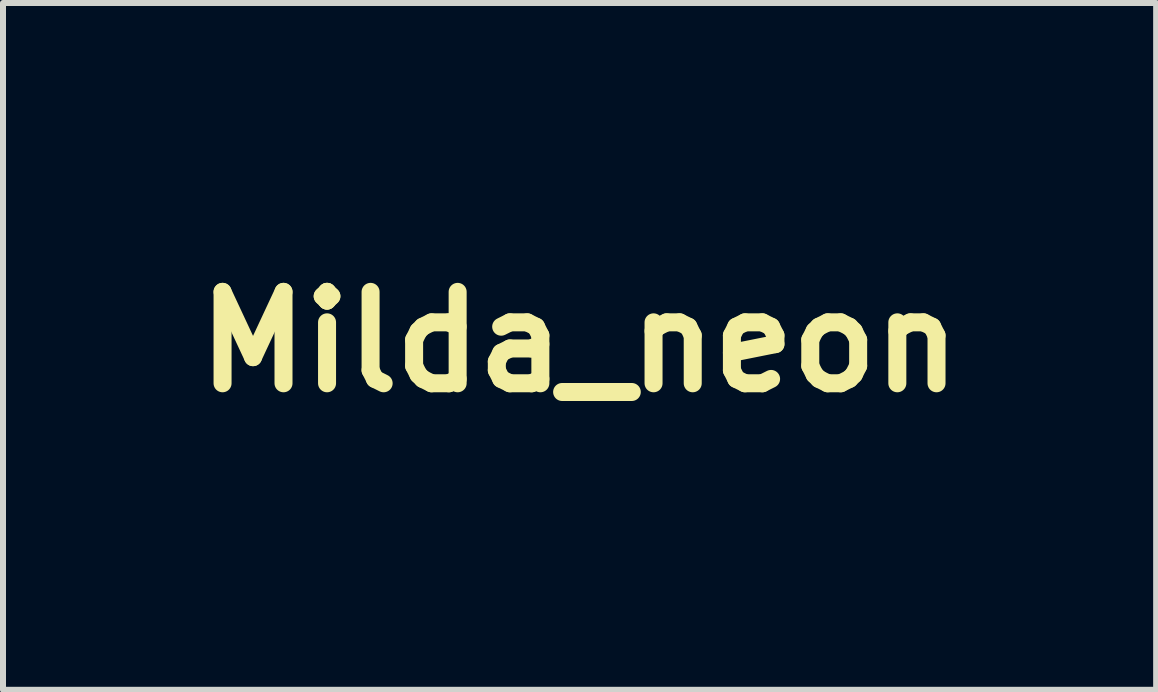
<source format=kicad_pcb>
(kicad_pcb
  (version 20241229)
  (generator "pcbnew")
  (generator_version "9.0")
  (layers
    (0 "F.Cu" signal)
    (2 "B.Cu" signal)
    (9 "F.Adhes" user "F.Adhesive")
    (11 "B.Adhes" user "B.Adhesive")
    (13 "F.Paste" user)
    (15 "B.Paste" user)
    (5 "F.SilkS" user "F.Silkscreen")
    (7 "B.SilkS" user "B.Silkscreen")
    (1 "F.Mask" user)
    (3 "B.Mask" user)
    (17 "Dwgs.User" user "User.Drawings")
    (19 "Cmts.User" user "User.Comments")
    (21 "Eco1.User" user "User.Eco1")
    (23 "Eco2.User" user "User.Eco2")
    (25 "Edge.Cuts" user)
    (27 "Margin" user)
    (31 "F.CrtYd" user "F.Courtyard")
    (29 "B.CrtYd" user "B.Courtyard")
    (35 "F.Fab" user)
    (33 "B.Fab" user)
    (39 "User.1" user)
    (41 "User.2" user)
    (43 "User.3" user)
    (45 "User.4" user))
  (footprint "Milda_neon"
    (layer "F.Cu")
    (at 6.611 2.65)
    (property "Reference" "Milda_neon" (at 0 0 0) (layer "F.SilkS") (effects (font (size 1.524 1.524) (thickness 0.3))))
    (attr through_hole)
    (fp_poly (pts (xy 2.286 1.482) (xy 2.244 1.524) (xy 2.201 1.482) (xy 2.244 1.439) (xy 2.286 1.482)) (stroke (width 0.01) (type solid)) (fill no) (layer "Eco2.User"))
    (fp_poly (pts (xy 2.837 -2.611) (xy 3.655 -2.606) (xy 3.873 -2.603) (xy 4.207 -2.599) (xy 4.378 -2.595) (xy 4.393 -2.591) (xy 4.258 -2.588) (xy 3.98 -2.585) (xy 3.567 -2.583) (xy 3.023 -2.581) (xy 2.357 -2.58) (xy 1.609 -2.579) (xy 0.83 -2.58) (xy 0.169 -2.581) (xy -0.369 -2.583) (xy -0.777 -2.585) (xy -1.049 -2.588) (xy -1.178 -2.591) (xy -1.157 -2.595) (xy -0.979 -2.599) (xy -0.656 -2.603) (xy 0.123 -2.61) (xy 1.007 -2.613) (xy 1.933 -2.613) (xy 2.837 -2.611)) (stroke (width 0.01) (type solid)) (fill no) (layer "Eco2.User"))
    (fp_poly (pts (xy 2.837 2.3) (xy 3.655 2.305) (xy 3.873 2.307) (xy 4.207 2.312) (xy 4.378 2.316) (xy 4.393 2.319) (xy 4.258 2.323) (xy 3.98 2.326) (xy 3.567 2.328) (xy 3.023 2.33) (xy 2.357 2.331) (xy 1.609 2.331) (xy 0.83 2.331) (xy 0.169 2.33) (xy -0.369 2.328) (xy -0.777 2.326) (xy -1.049 2.323) (xy -1.178 2.319) (xy -1.157 2.315) (xy -0.979 2.311) (xy -0.656 2.307) (xy 0.123 2.301) (xy 1.007 2.298) (xy 1.933 2.298) (xy 2.837 2.3)) (stroke (width 0.01) (type solid)) (fill no) (layer "Eco2.User"))
    (fp_poly (pts (xy 5.061 -1.634) (xy 5.205 -1.526) (xy 5.299 -1.427) (xy 5.361 -1.32) (xy 5.397 -1.167) (xy 5.414 -0.933) (xy 5.418 -0.579) (xy 5.419 -0.409) (xy 5.419 0.508) (xy 3.979 0.508) (xy 3.979 0.423) (xy 4.216 0.423) (xy 5.334 0.423) (xy 5.334 -0.339) (xy 5.314 -0.81) (xy 5.247 -1.135) (xy 5.124 -1.334) (xy 4.935 -1.427) (xy 4.797 -1.439) (xy 4.576 -1.393) (xy 4.419 -1.243) (xy 4.316 -0.971) (xy 4.259 -0.558) (xy 4.246 -0.33) (xy 4.216 0.423) (xy 3.979 0.423) (xy 3.979 -0.376) (xy 3.983 -0.781) (xy 3.997 -1.055) (xy 4.029 -1.239) (xy 4.087 -1.371) (xy 4.177 -1.491) (xy 4.18 -1.494) (xy 4.444 -1.684) (xy 4.753 -1.731) (xy 5.061 -1.634)) (stroke (width 0.01) (type solid)) (fill no) (layer "Eco2.User"))
    (fp_poly (pts (xy 1.291 -2.032) (xy 1.831 -1.999) (xy 2.238 -1.899) (xy 2.54 -1.722) (xy 2.662 -1.6) (xy 2.743 -1.497) (xy 2.801 -1.395) (xy 2.839 -1.263) (xy 2.862 -1.073) (xy 2.874 -0.795) (xy 2.878 -0.4) (xy 2.879 0.011) (xy 2.87 0.664) (xy 2.835 1.167) (xy 2.76 1.54) (xy 2.633 1.801) (xy 2.44 1.971) (xy 2.169 2.067) (xy 1.806 2.109) (xy 1.444 2.117) (xy 0.762 2.117) (xy 0.762 -1.863) (xy 0.847 -1.863) (xy 0.847 1.885) (xy 1.42 1.844) (xy 1.744 1.806) (xy 2.023 1.747) (xy 2.182 1.686) (xy 2.354 1.548) (xy 2.477 1.365) (xy 2.559 1.111) (xy 2.603 0.76) (xy 2.618 0.286) (xy 2.611 -0.185) (xy 2.582 -1.369) (xy 2.306 -1.616) (xy 2.14 -1.749) (xy 1.978 -1.823) (xy 1.762 -1.856) (xy 1.438 -1.863) (xy 0.847 -1.863) (xy 0.762 -1.863) (xy 0.762 -2.032) (xy 1.291 -2.032)) (stroke (width 0.01) (type solid)) (fill no) (layer "Eco2.User"))
    (fp_poly (pts (xy 1.537 -1.761) (xy 1.85 -1.726) (xy 2.053 -1.663) (xy 2.202 -1.551) (xy 2.256 -1.492) (xy 2.333 -1.394) (xy 2.388 -1.287) (xy 2.423 -1.143) (xy 2.443 -0.93) (xy 2.453 -0.619) (xy 2.455 -0.178) (xy 2.455 -0.000276) (xy 2.451 0.444) (xy 2.44 0.825) (xy 2.423 1.112) (xy 2.403 1.275) (xy 2.392 1.299) (xy 2.371 1.234) (xy 2.357 1.028) (xy 2.35 0.709) (xy 2.351 0.306) (xy 2.354 0.098) (xy 2.363 -0.385) (xy 2.364 -0.729) (xy 2.353 -0.96) (xy 2.328 -1.108) (xy 2.285 -1.202) (xy 2.221 -1.27) (xy 2.197 -1.291) (xy 1.954 -1.401) (xy 1.64 -1.439) (xy 1.266 -1.439) (xy 1.289 0.064) (xy 1.312 1.566) (xy 1.707 1.566) (xy 1.929 1.578) (xy 2.052 1.609) (xy 2.061 1.63) (xy 1.962 1.664) (xy 1.745 1.687) (xy 1.519 1.693) (xy 1.016 1.693) (xy 1.016 -1.798) (xy 1.537 -1.761)) (stroke (width 0.01) (type solid)) (fill no) (layer "Eco2.User"))
    (fp_poly (pts (xy 2.605 2.54) (xy 3.444 2.542) (xy 4.14 2.545) (xy 4.706 2.55) (xy 5.153 2.557) (xy 5.497 2.567) (xy 5.748 2.58) (xy 5.921 2.596) (xy 6.028 2.616) (xy 6.082 2.64) (xy 6.096 2.667) (xy 6.08 2.695) (xy 6.023 2.719) (xy 5.913 2.739) (xy 5.735 2.755) (xy 5.479 2.767) (xy 5.129 2.777) (xy 4.675 2.784) (xy 4.102 2.789) (xy 3.397 2.792) (xy 2.549 2.794) (xy 1.609 2.794) (xy 0.613 2.794) (xy -0.227 2.792) (xy -0.923 2.789) (xy -1.488 2.784) (xy -1.936 2.777) (xy -2.279 2.767) (xy -2.531 2.754) (xy -2.704 2.738) (xy -2.811 2.718) (xy -2.865 2.694) (xy -2.879 2.667) (xy -2.863 2.639) (xy -2.806 2.615) (xy -2.695 2.595) (xy -2.518 2.579) (xy -2.261 2.567) (xy -1.912 2.557) (xy -1.457 2.55) (xy -0.884 2.545) (xy -0.18 2.542) (xy 0.669 2.54) (xy 1.609 2.54) (xy 2.605 2.54)) (stroke (width 0.01) (type solid)) (fill no) (layer "Eco2.User"))
    (fp_poly (pts (xy 1.609 -2.454) (xy 2.594 -2.453) (xy 3.423 -2.452) (xy 4.11 -2.45) (xy 4.668 -2.447) (xy 5.11 -2.441) (xy 5.45 -2.433) (xy 5.702 -2.421) (xy 5.877 -2.406) (xy 5.991 -2.387) (xy 6.057 -2.363) (xy 6.087 -2.335) (xy 6.096 -2.3) (xy 6.096 -2.284) (xy 6.092 -2.248) (xy 6.073 -2.217) (xy 6.023 -2.191) (xy 5.931 -2.17) (xy 5.782 -2.154) (xy 5.563 -2.141) (xy 5.261 -2.131) (xy 4.863 -2.125) (xy 4.354 -2.121) (xy 3.722 -2.118) (xy 2.952 -2.117) (xy 2.032 -2.117) (xy 1.609 -2.117) (xy 0.623 -2.117) (xy -0.206 -2.118) (xy -0.893 -2.119) (xy -1.451 -2.123) (xy -1.893 -2.128) (xy -2.233 -2.136) (xy -2.484 -2.148) (xy -2.66 -2.163) (xy -2.774 -2.182) (xy -2.839 -2.205) (xy -2.87 -2.234) (xy -2.878 -2.269) (xy -2.879 -2.286) (xy -2.875 -2.323) (xy -2.856 -2.354) (xy -2.809 -2.38) (xy -2.718 -2.401) (xy -2.572 -2.418) (xy -2.357 -2.431) (xy -2.058 -2.44) (xy -1.664 -2.447) (xy -1.16 -2.451) (xy -0.533 -2.453) (xy 0.23 -2.454) (xy 1.143 -2.454) (xy 1.609 -2.454)) (stroke (width 0.01) (type solid)) (fill no) (layer "Eco2.User"))
    (fp_poly (pts (xy -2.221 -1.943) (xy -2.176 -1.821) (xy -2.146 -1.608) (xy -2.128 -1.285) (xy -2.12 -0.836) (xy -2.117 -0.244) (xy -2.117 0.092) (xy -2.117 2.117) (xy -2.314 2.117) (xy -2.492 2.095) (xy -2.568 2.06) (xy -2.584 1.963) (xy -2.599 1.721) (xy -2.611 1.359) (xy -2.619 0.901) (xy -2.624 0.373) (xy -2.625 0.074) (xy -2.624 -0.056) (xy -2.54 -0.056) (xy -2.538 0.576) (xy -2.532 1.057) (xy -2.519 1.407) (xy -2.499 1.643) (xy -2.471 1.785) (xy -2.432 1.851) (xy -2.399 1.863) (xy -2.391 1.782) (xy -2.383 1.556) (xy -2.377 1.209) (xy -2.373 0.766) (xy -2.371 0.249) (xy -2.371 0) (xy -2.374 -0.661) (xy -2.386 -1.186) (xy -2.404 -1.567) (xy -2.428 -1.795) (xy -2.455 -1.863) (xy -2.486 -1.78) (xy -2.51 -1.536) (xy -2.527 -1.142) (xy -2.537 -0.605) (xy -2.54 -0.056) (xy -2.624 -0.056) (xy -2.624 -0.551) (xy -2.62 -1.027) (xy -2.611 -1.375) (xy -2.596 -1.618) (xy -2.574 -1.775) (xy -2.542 -1.868) (xy -2.5 -1.919) (xy -2.477 -1.933) (xy -2.368 -1.982) (xy -2.284 -1.991) (xy -2.221 -1.943)) (stroke (width 0.01) (type solid)) (fill no) (layer "Eco2.User"))
    (fp_poly (pts (xy -1.175 -1.983) (xy -1.111 -1.912) (xy -1.066 -1.753) (xy -1.036 -1.491) (xy -1.016 -1.106) (xy -1.003 -0.582) (xy -0.997 -0.165) (xy -0.974 1.566) (xy -0.381 1.609) (xy -0.071 1.635) (xy 0.106 1.667) (xy 0.188 1.723) (xy 0.211 1.816) (xy 0.212 1.863) (xy 0.203 1.969) (xy 0.154 2.034) (xy 0.03 2.07) (xy -0.204 2.089) (xy -0.445 2.099) (xy -0.782 2.108) (xy -0.997 2.095) (xy -1.138 2.049) (xy -1.252 1.96) (xy -1.313 1.896) (xy -1.383 1.817) (xy -1.436 1.735) (xy -1.474 1.626) (xy -1.499 1.466) (xy -1.514 1.232) (xy -1.521 0.898) (xy -1.521 0.874) (xy -1.343 0.874) (xy -1.338 1.192) (xy -1.325 1.409) (xy -1.302 1.55) (xy -1.266 1.638) (xy -1.215 1.694) (xy -1.166 1.731) (xy -1 1.799) (xy -0.76 1.843) (xy -0.497 1.863) (xy -0.265 1.855) (xy -0.114 1.817) (xy -0.085 1.778) (xy -0.162 1.733) (xy -0.362 1.702) (xy -0.582 1.693) (xy -0.915 1.673) (xy -1.127 1.616) (xy -1.173 1.581) (xy -1.209 1.452) (xy -1.241 1.165) (xy -1.266 0.732) (xy -1.284 0.164) (xy -1.291 -0.218) (xy -1.316 -1.905) (xy -1.335 -0.153) (xy -1.341 0.434) (xy -1.343 0.874) (xy -1.521 0.874) (xy -1.524 0.44) (xy -1.524 -0.094) (xy -1.523 -0.687) (xy -1.519 -1.132) (xy -1.509 -1.453) (xy -1.492 -1.671) (xy -1.467 -1.809) (xy -1.43 -1.889) (xy -1.382 -1.933) (xy -1.371 -1.938) (xy -1.26 -1.986) (xy -1.175 -1.983)) (stroke (width 0.01) (type solid)) (fill no) (layer "Eco2.User"))
    (fp_poly (pts (xy 5.297 -1.858) (xy 5.599 -1.63) (xy 5.625 -1.6) (xy 5.842 -1.342) (xy 5.842 2.128) (xy 5.609 2.101) (xy 5.486 2.078) (xy 5.414 2.018) (xy 5.377 1.881) (xy 5.357 1.63) (xy 5.351 1.499) (xy 5.326 0.923) (xy 4.801 0.949) (xy 4.276 0.974) (xy 4.251 1.545) (xy 4.233 1.849) (xy 4.204 2.02) (xy 4.149 2.097) (xy 4.054 2.116) (xy 4.027 2.117) (xy 3.852 2.066) (xy 3.777 1.983) (xy 3.747 1.824) (xy 3.729 1.568) (xy 3.725 1.4) (xy 3.715 1.13) (xy 3.675 0.984) (xy 3.588 0.917) (xy 3.556 0.907) (xy 3.421 0.804) (xy 3.388 0.644) (xy 3.459 0.498) (xy 3.549 0.45) (xy 3.622 0.413) (xy 3.672 0.33) (xy 3.704 0.167) (xy 3.725 -0.105) (xy 3.739 -0.472) (xy 3.768 -1.352) (xy 4.356 -1.905) (xy 4.106 -1.626) (xy 3.995 -1.493) (xy 3.921 -1.366) (xy 3.875 -1.204) (xy 3.848 -0.969) (xy 3.83 -0.621) (xy 3.823 -0.419) (xy 3.804 0.007) (xy 3.777 0.287) (xy 3.741 0.446) (xy 3.69 0.506) (xy 3.674 0.508) (xy 3.567 0.557) (xy 3.556 0.593) (xy 3.625 0.668) (xy 3.683 0.677) (xy 3.755 0.714) (xy 3.794 0.846) (xy 3.809 1.105) (xy 3.81 1.223) (xy 3.822 1.512) (xy 3.854 1.728) (xy 3.895 1.82) (xy 3.942 1.773) (xy 3.971 1.571) (xy 3.979 1.275) (xy 3.979 0.677) (xy 5.419 0.677) (xy 5.419 1.228) (xy 5.432 1.536) (xy 5.467 1.728) (xy 5.509 1.778) (xy 5.544 1.702) (xy 5.566 1.472) (xy 5.577 1.083) (xy 5.576 0.531) (xy 5.572 0.217) (xy 5.546 -1.344) (xy 5.297 -1.603) (xy 5.068 -1.79) (xy 4.815 -1.864) (xy 4.704 -1.87) (xy 4.499 -1.877) (xy 4.448 -1.894) (xy 4.539 -1.931) (xy 4.594 -1.948) (xy 4.942 -1.971) (xy 5.297 -1.858)) (stroke (width 0.01) (type solid)) (fill no) (layer "Eco2.User"))
    (fp_poly (pts (xy -3.153 0.054) (xy -3.175 2.752) (xy -3.598 2.752) (xy -3.621 0.318) (xy -3.631 -0.492) (xy -3.646 -1.14) (xy -3.666 -1.626) (xy -3.69 -1.947) (xy -3.718 -2.102) (xy -3.731 -2.117) (xy -3.92 -2.063) (xy -4.144 -1.936) (xy -4.323 -1.784) (xy -4.37 -1.718) (xy -4.397 -1.584) (xy -4.426 -1.314) (xy -4.452 -0.94) (xy -4.475 -0.495) (xy -4.486 -0.212) (xy -4.53 1.143) (xy -4.953 1.143) (xy -4.995 -0.24) (xy -5.038 -1.623) (xy -5.314 -1.87) (xy -5.523 -2.023) (xy -5.711 -2.11) (xy -5.757 -2.117) (xy -5.806 -2.111) (xy -5.844 -2.081) (xy -5.873 -2.009) (xy -5.896 -1.877) (xy -5.912 -1.666) (xy -5.924 -1.359) (xy -5.933 -0.936) (xy -5.94 -0.381) (xy -5.947 0.318) (xy -5.953 1.023) (xy -5.96 1.577) (xy -5.969 1.998) (xy -5.981 2.306) (xy -5.997 2.517) (xy -6.02 2.652) (xy -6.05 2.728) (xy -6.089 2.763) (xy -6.138 2.776) (xy -6.142 2.776) (xy -6.31 2.771) (xy -6.375 2.741) (xy -6.389 2.645) (xy -6.403 2.4) (xy -6.415 2.027) (xy -6.424 1.548) (xy -6.431 0.983) (xy -6.434 0.353) (xy -6.435 0.028) (xy -6.435 -2.54) (xy -6.265 -2.54) (xy -6.245 0.021) (xy -6.226 2.582) (xy -6.178 -2.371) (xy -5.921 -2.371) (xy -5.655 -2.33) (xy -5.416 -2.242) (xy -5.238 -2.13) (xy -5.106 -1.987) (xy -5.014 -1.789) (xy -4.956 -1.509) (xy -4.924 -1.121) (xy -4.912 -0.601) (xy -4.911 -0.338) (xy -4.905 0.203) (xy -4.89 0.591) (xy -4.864 0.822) (xy -4.828 0.89) (xy -4.826 0.889) (xy -4.794 0.786) (xy -4.768 0.536) (xy -4.75 0.159) (xy -4.742 -0.322) (xy -4.741 -0.479) (xy -4.741 -1.795) (xy -4.453 -2.083) (xy -4.216 -2.28) (xy -3.988 -2.362) (xy -3.861 -2.371) (xy -3.556 -2.371) (xy -3.556 0.037) (xy -3.553 0.791) (xy -3.544 1.42) (xy -3.53 1.913) (xy -3.511 2.263) (xy -3.487 2.459) (xy -3.471 2.498) (xy -3.444 2.432) (xy -3.422 2.199) (xy -3.405 1.801) (xy -3.394 1.24) (xy -3.388 0.519) (xy -3.387 0.005) (xy -3.387 -2.54) (xy -3.643 -2.54) (xy -4.056 -2.467) (xy -4.432 -2.269) (xy -4.663 -2.041) (xy -4.855 -1.781) (xy -5.012 -2.039) (xy -5.253 -2.291) (xy -5.597 -2.468) (xy -5.983 -2.54) (xy -6.009 -2.54) (xy -6.265 -2.54) (xy -6.435 -2.54) (xy -6.435 -2.625) (xy -5.965 -2.625) (xy -5.482 -2.571) (xy -5.105 -2.416) (xy -4.917 -2.251) (xy -4.834 -2.182) (xy -4.73 -2.199) (xy -4.558 -2.313) (xy -4.511 -2.348) (xy -4.278 -2.492) (xy -4.012 -2.572) (xy -3.672 -2.61) (xy -3.13 -2.645) (xy -3.153 0.054)) (stroke (width 0.01) (type solid)) (fill no) (layer "Eco2.User")))
  (gr_rect
    (start -3 -3)
    (end 16.223 8.449)
    (stroke (width 0.1) (type default))
    (fill no)
    (layer "Edge.Cuts")))
</source>
